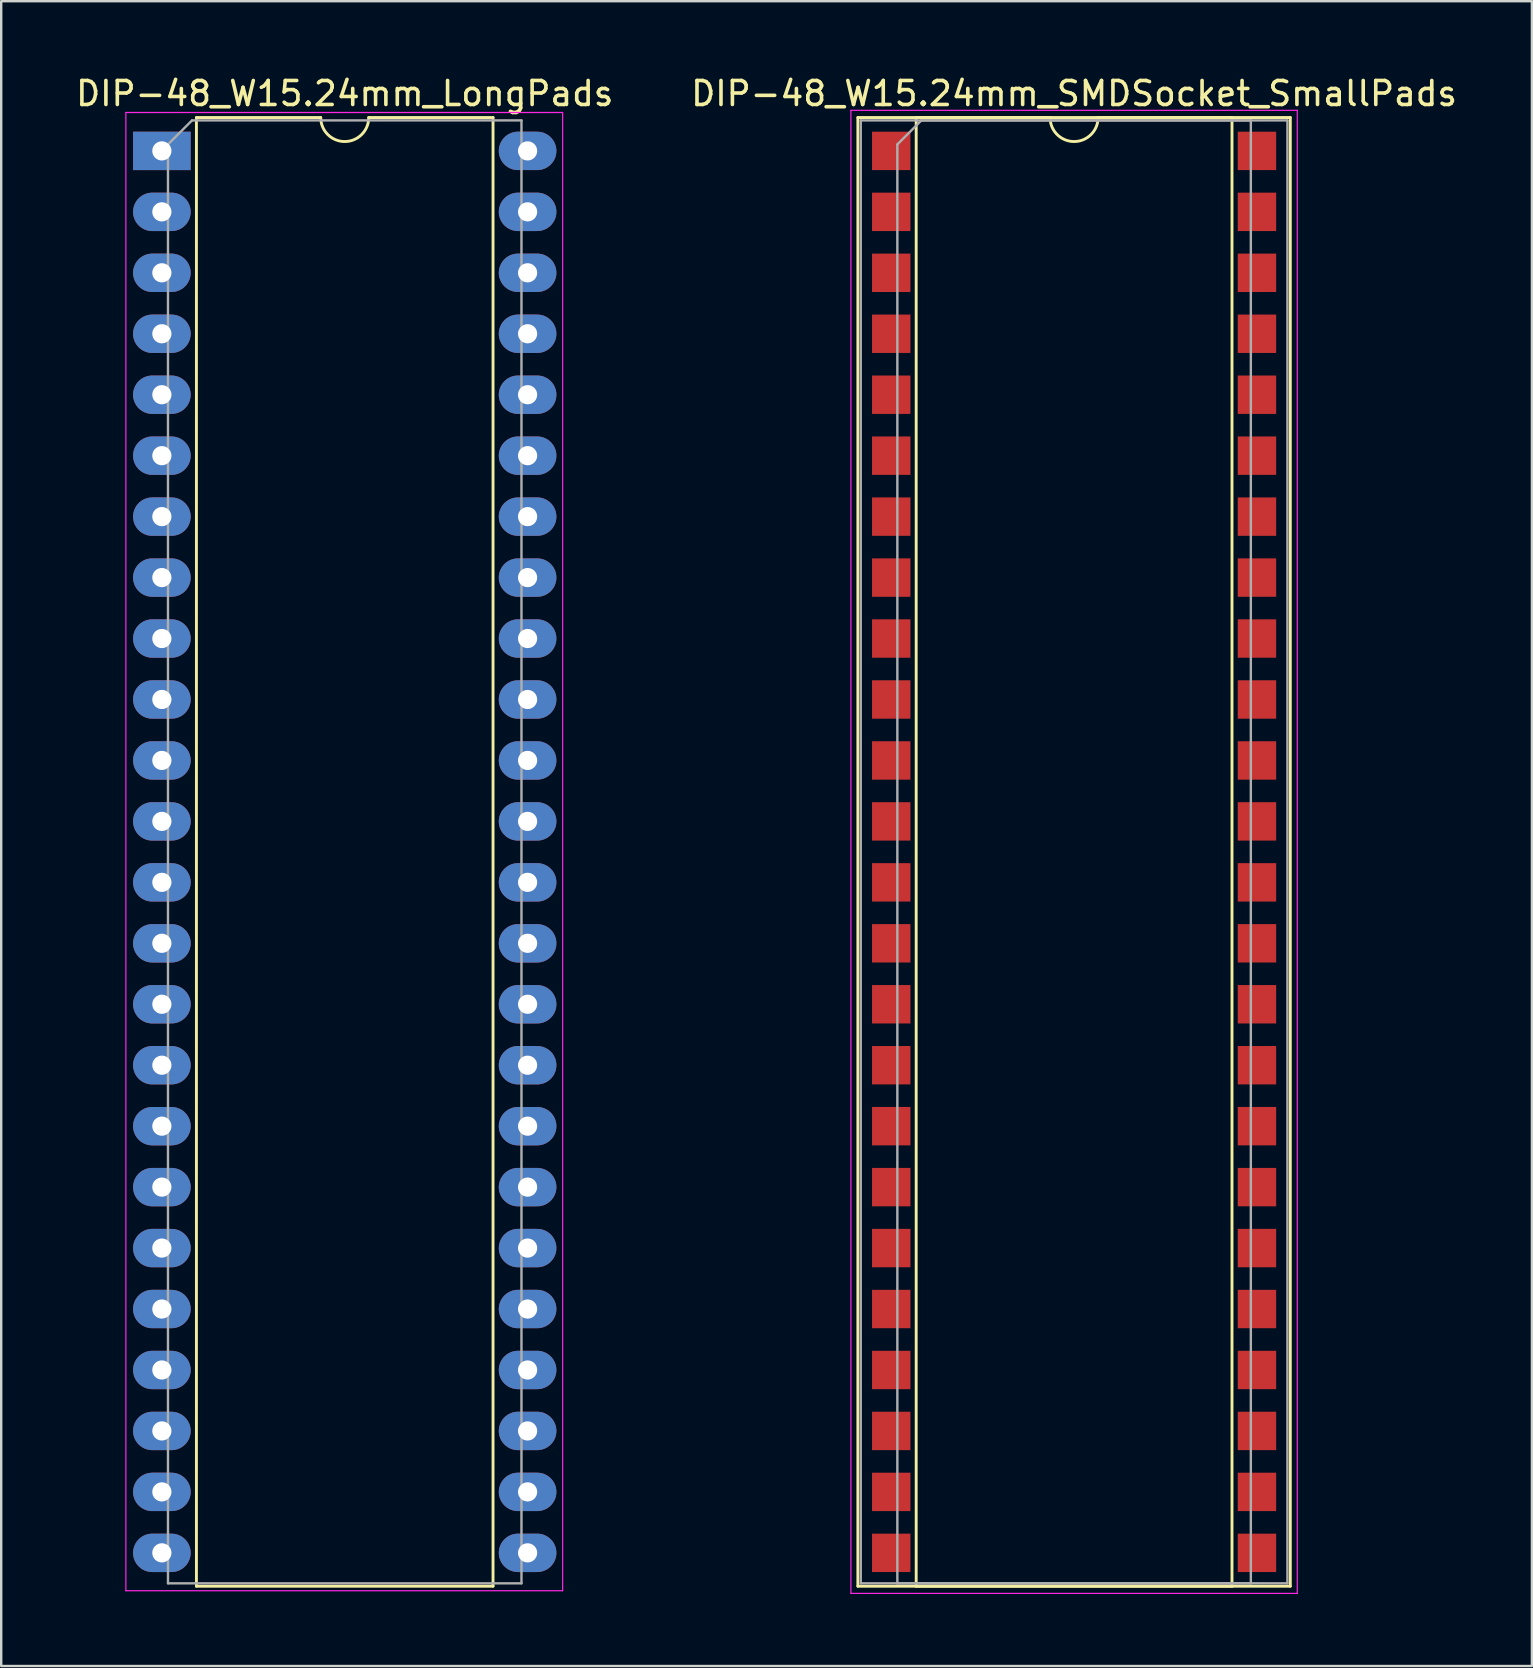
<source format=kicad_pcb>
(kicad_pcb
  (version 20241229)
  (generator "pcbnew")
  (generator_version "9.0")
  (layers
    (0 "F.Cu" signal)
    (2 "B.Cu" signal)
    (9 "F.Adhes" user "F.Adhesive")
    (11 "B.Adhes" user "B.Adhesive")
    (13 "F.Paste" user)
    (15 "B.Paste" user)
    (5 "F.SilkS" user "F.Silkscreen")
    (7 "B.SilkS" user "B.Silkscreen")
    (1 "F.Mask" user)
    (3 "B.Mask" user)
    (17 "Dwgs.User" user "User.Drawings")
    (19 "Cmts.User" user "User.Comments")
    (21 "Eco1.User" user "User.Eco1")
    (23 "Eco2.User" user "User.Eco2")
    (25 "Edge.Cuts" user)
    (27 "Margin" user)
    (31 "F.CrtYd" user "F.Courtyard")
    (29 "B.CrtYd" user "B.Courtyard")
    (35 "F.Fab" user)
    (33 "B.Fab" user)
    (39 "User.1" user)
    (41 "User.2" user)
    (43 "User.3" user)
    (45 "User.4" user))
  (footprint "DIP-48_W15.24mm_SMDSocket_SmallPads"
    (layer "F.Cu")
    (at 41.708 32.448)
    (property "Reference" "DIP-48_W15.24mm_SMDSocket_SmallPads" (at 0 -31.6 0) (layer "F.SilkS") (effects (font (size 1 1) (thickness 0.15))))
    (attr smd)
    (fp_line (start -9.01 -30.6) (end -9.01 30.6) (stroke (width 0.12) (type solid)) (layer "F.SilkS"))
    (fp_line (start -9.01 30.6) (end 9.01 30.6) (stroke (width 0.12) (type solid)) (layer "F.SilkS"))
    (fp_line (start -6.58 -30.6) (end -6.58 30.6) (stroke (width 0.12) (type solid)) (layer "F.SilkS"))
    (fp_line (start -6.58 30.6) (end 6.58 30.6) (stroke (width 0.12) (type solid)) (layer "F.SilkS"))
    (fp_line (start -1 -30.6) (end -6.58 -30.6) (stroke (width 0.12) (type solid)) (layer "F.SilkS"))
    (fp_line (start 6.58 -30.6) (end 1 -30.6) (stroke (width 0.12) (type solid)) (layer "F.SilkS"))
    (fp_line (start 6.58 30.6) (end 6.58 -30.6) (stroke (width 0.12) (type solid)) (layer "F.SilkS"))
    (fp_line (start 9.01 -30.6) (end -9.01 -30.6) (stroke (width 0.12) (type solid)) (layer "F.SilkS"))
    (fp_line (start 9.01 30.6) (end 9.01 -30.6) (stroke (width 0.12) (type solid)) (layer "F.SilkS"))
    (fp_arc (start 1 -30.6) (mid 0 -29.6) (end -1 -30.6) (stroke (width 0.12) (type solid)) (layer "F.SilkS"))
    (fp_line (start -9.3 -30.9) (end -9.3 30.9) (stroke (width 0.05) (type solid)) (layer "F.CrtYd"))
    (fp_line (start -9.3 30.9) (end 9.3 30.9) (stroke (width 0.05) (type solid)) (layer "F.CrtYd"))
    (fp_line (start 9.3 -30.9) (end -9.3 -30.9) (stroke (width 0.05) (type solid)) (layer "F.CrtYd"))
    (fp_line (start 9.3 30.9) (end 9.3 -30.9) (stroke (width 0.05) (type solid)) (layer "F.CrtYd"))
    (fp_line (start -8.89 -30.48) (end -8.89 30.48) (stroke (width 0.1) (type solid)) (layer "F.Fab"))
    (fp_line (start -8.89 30.48) (end 8.89 30.48) (stroke (width 0.1) (type solid)) (layer "F.Fab"))
    (fp_line (start -7.365 -29.48) (end -6.365 -30.48) (stroke (width 0.1) (type solid)) (layer "F.Fab"))
    (fp_line (start -7.365 30.48) (end -7.365 -29.48) (stroke (width 0.1) (type solid)) (layer "F.Fab"))
    (fp_line (start -6.365 -30.48) (end 7.365 -30.48) (stroke (width 0.1) (type solid)) (layer "F.Fab"))
    (fp_line (start 7.365 -30.48) (end 7.365 30.48) (stroke (width 0.1) (type solid)) (layer "F.Fab"))
    (fp_line (start 7.365 30.48) (end -7.365 30.48) (stroke (width 0.1) (type solid)) (layer "F.Fab"))
    (fp_line (start 8.89 -30.48) (end -8.89 -30.48) (stroke (width 0.1) (type solid)) (layer "F.Fab"))
    (fp_line (start 8.89 30.48) (end 8.89 -30.48) (stroke (width 0.1) (type solid)) (layer "F.Fab"))
    (pad "1" smd rect (at -7.62 -29.21) (size 1.6 1.6) (layers "F.Cu" "F.Mask"))
    (pad "2" smd rect (at -7.62 -26.67) (size 1.6 1.6) (layers "F.Cu" "F.Mask"))
    (pad "3" smd rect (at -7.62 -24.13) (size 1.6 1.6) (layers "F.Cu" "F.Mask"))
    (pad "4" smd rect (at -7.62 -21.59) (size 1.6 1.6) (layers "F.Cu" "F.Mask"))
    (pad "5" smd rect (at -7.62 -19.05) (size 1.6 1.6) (layers "F.Cu" "F.Mask"))
    (pad "6" smd rect (at -7.62 -16.51) (size 1.6 1.6) (layers "F.Cu" "F.Mask"))
    (pad "7" smd rect (at -7.62 -13.97) (size 1.6 1.6) (layers "F.Cu" "F.Mask"))
    (pad "8" smd rect (at -7.62 -11.43) (size 1.6 1.6) (layers "F.Cu" "F.Mask"))
    (pad "9" smd rect (at -7.62 -8.89) (size 1.6 1.6) (layers "F.Cu" "F.Mask"))
    (pad "10" smd rect (at -7.62 -6.35) (size 1.6 1.6) (layers "F.Cu" "F.Mask"))
    (pad "11" smd rect (at -7.62 -3.81) (size 1.6 1.6) (layers "F.Cu" "F.Mask"))
    (pad "12" smd rect (at -7.62 -1.27) (size 1.6 1.6) (layers "F.Cu" "F.Mask"))
    (pad "13" smd rect (at -7.62 1.27) (size 1.6 1.6) (layers "F.Cu" "F.Mask"))
    (pad "14" smd rect (at -7.62 3.81) (size 1.6 1.6) (layers "F.Cu" "F.Mask"))
    (pad "15" smd rect (at -7.62 6.35) (size 1.6 1.6) (layers "F.Cu" "F.Mask"))
    (pad "16" smd rect (at -7.62 8.89) (size 1.6 1.6) (layers "F.Cu" "F.Mask"))
    (pad "17" smd rect (at -7.62 11.43) (size 1.6 1.6) (layers "F.Cu" "F.Mask"))
    (pad "18" smd rect (at -7.62 13.97) (size 1.6 1.6) (layers "F.Cu" "F.Mask"))
    (pad "19" smd rect (at -7.62 16.51) (size 1.6 1.6) (layers "F.Cu" "F.Mask"))
    (pad "20" smd rect (at -7.62 19.05) (size 1.6 1.6) (layers "F.Cu" "F.Mask"))
    (pad "21" smd rect (at -7.62 21.59) (size 1.6 1.6) (layers "F.Cu" "F.Mask"))
    (pad "22" smd rect (at -7.62 24.13) (size 1.6 1.6) (layers "F.Cu" "F.Mask"))
    (pad "23" smd rect (at -7.62 26.67) (size 1.6 1.6) (layers "F.Cu" "F.Mask"))
    (pad "24" smd rect (at -7.62 29.21) (size 1.6 1.6) (layers "F.Cu" "F.Mask"))
    (pad "25" smd rect (at 7.62 29.21) (size 1.6 1.6) (layers "F.Cu" "F.Mask"))
    (pad "26" smd rect (at 7.62 26.67) (size 1.6 1.6) (layers "F.Cu" "F.Mask"))
    (pad "27" smd rect (at 7.62 24.13) (size 1.6 1.6) (layers "F.Cu" "F.Mask"))
    (pad "28" smd rect (at 7.62 21.59) (size 1.6 1.6) (layers "F.Cu" "F.Mask"))
    (pad "29" smd rect (at 7.62 19.05) (size 1.6 1.6) (layers "F.Cu" "F.Mask"))
    (pad "30" smd rect (at 7.62 16.51) (size 1.6 1.6) (layers "F.Cu" "F.Mask"))
    (pad "31" smd rect (at 7.62 13.97) (size 1.6 1.6) (layers "F.Cu" "F.Mask"))
    (pad "32" smd rect (at 7.62 11.43) (size 1.6 1.6) (layers "F.Cu" "F.Mask"))
    (pad "33" smd rect (at 7.62 8.89) (size 1.6 1.6) (layers "F.Cu" "F.Mask"))
    (pad "34" smd rect (at 7.62 6.35) (size 1.6 1.6) (layers "F.Cu" "F.Mask"))
    (pad "35" smd rect (at 7.62 3.81) (size 1.6 1.6) (layers "F.Cu" "F.Mask"))
    (pad "36" smd rect (at 7.62 1.27) (size 1.6 1.6) (layers "F.Cu" "F.Mask"))
    (pad "37" smd rect (at 7.62 -1.27) (size 1.6 1.6) (layers "F.Cu" "F.Mask"))
    (pad "38" smd rect (at 7.62 -3.81) (size 1.6 1.6) (layers "F.Cu" "F.Mask"))
    (pad "39" smd rect (at 7.62 -6.35) (size 1.6 1.6) (layers "F.Cu" "F.Mask"))
    (pad "40" smd rect (at 7.62 -8.89) (size 1.6 1.6) (layers "F.Cu" "F.Mask"))
    (pad "41" smd rect (at 7.62 -11.43) (size 1.6 1.6) (layers "F.Cu" "F.Mask"))
    (pad "42" smd rect (at 7.62 -13.97) (size 1.6 1.6) (layers "F.Cu" "F.Mask"))
    (pad "43" smd rect (at 7.62 -16.51) (size 1.6 1.6) (layers "F.Cu" "F.Mask"))
    (pad "44" smd rect (at 7.62 -19.05) (size 1.6 1.6) (layers "F.Cu" "F.Mask"))
    (pad "45" smd rect (at 7.62 -21.59) (size 1.6 1.6) (layers "F.Cu" "F.Mask"))
    (pad "46" smd rect (at 7.62 -24.13) (size 1.6 1.6) (layers "F.Cu" "F.Mask"))
    (pad "47" smd rect (at 7.62 -26.67) (size 1.6 1.6) (layers "F.Cu" "F.Mask"))
    (pad "48" smd rect (at 7.62 -29.21) (size 1.6 1.6) (layers "F.Cu" "F.Mask")))
  (footprint "DIP-48_W15.24mm_LongPads"
    (layer "F.Cu")
    (at 3.695 3.238)
    (property "Reference" "DIP-48_W15.24mm_LongPads" (at 7.62 -2.39 0) (layer "F.SilkS") (effects (font (size 1 1) (thickness 0.15))))
    (attr through_hole)
    (fp_line (start 1.44 -1.39) (end 1.44 59.81) (stroke (width 0.12) (type solid)) (layer "F.SilkS"))
    (fp_line (start 1.44 59.81) (end 13.8 59.81) (stroke (width 0.12) (type solid)) (layer "F.SilkS"))
    (fp_line (start 6.62 -1.39) (end 1.44 -1.39) (stroke (width 0.12) (type solid)) (layer "F.SilkS"))
    (fp_line (start 13.8 -1.39) (end 8.62 -1.39) (stroke (width 0.12) (type solid)) (layer "F.SilkS"))
    (fp_line (start 13.8 59.81) (end 13.8 -1.39) (stroke (width 0.12) (type solid)) (layer "F.SilkS"))
    (fp_arc (start 8.62 -1.39) (mid 7.62 -0.39) (end 6.62 -1.39) (stroke (width 0.12) (type solid)) (layer "F.SilkS"))
    (fp_line (start -1.5 -1.6) (end -1.5 60) (stroke (width 0.05) (type solid)) (layer "F.CrtYd"))
    (fp_line (start -1.5 60) (end 16.7 60) (stroke (width 0.05) (type solid)) (layer "F.CrtYd"))
    (fp_line (start 16.7 -1.6) (end -1.5 -1.6) (stroke (width 0.05) (type solid)) (layer "F.CrtYd"))
    (fp_line (start 16.7 60) (end 16.7 -1.6) (stroke (width 0.05) (type solid)) (layer "F.CrtYd"))
    (fp_line (start 0.255 -0.27) (end 1.255 -1.27) (stroke (width 0.1) (type solid)) (layer "F.Fab"))
    (fp_line (start 0.255 59.69) (end 0.255 -0.27) (stroke (width 0.1) (type solid)) (layer "F.Fab"))
    (fp_line (start 1.255 -1.27) (end 14.985 -1.27) (stroke (width 0.1) (type solid)) (layer "F.Fab"))
    (fp_line (start 14.985 -1.27) (end 14.985 59.69) (stroke (width 0.1) (type solid)) (layer "F.Fab"))
    (fp_line (start 14.985 59.69) (end 0.255 59.69) (stroke (width 0.1) (type solid)) (layer "F.Fab"))
    (pad "1" thru_hole rect (at 0 0) (size 2.4 1.6) (drill 0.8) (layers "*.Cu" "*.Mask"))
    (pad "2" thru_hole oval (at 0 2.54) (size 2.4 1.6) (drill 0.8) (layers "*.Cu" "*.Mask"))
    (pad "3" thru_hole oval (at 0 5.08) (size 2.4 1.6) (drill 0.8) (layers "*.Cu" "*.Mask"))
    (pad "4" thru_hole oval (at 0 7.62) (size 2.4 1.6) (drill 0.8) (layers "*.Cu" "*.Mask"))
    (pad "5" thru_hole oval (at 0 10.16) (size 2.4 1.6) (drill 0.8) (layers "*.Cu" "*.Mask"))
    (pad "6" thru_hole oval (at 0 12.7) (size 2.4 1.6) (drill 0.8) (layers "*.Cu" "*.Mask"))
    (pad "7" thru_hole oval (at 0 15.24) (size 2.4 1.6) (drill 0.8) (layers "*.Cu" "*.Mask"))
    (pad "8" thru_hole oval (at 0 17.78) (size 2.4 1.6) (drill 0.8) (layers "*.Cu" "*.Mask"))
    (pad "9" thru_hole oval (at 0 20.32) (size 2.4 1.6) (drill 0.8) (layers "*.Cu" "*.Mask"))
    (pad "10" thru_hole oval (at 0 22.86) (size 2.4 1.6) (drill 0.8) (layers "*.Cu" "*.Mask"))
    (pad "11" thru_hole oval (at 0 25.4) (size 2.4 1.6) (drill 0.8) (layers "*.Cu" "*.Mask"))
    (pad "12" thru_hole oval (at 0 27.94) (size 2.4 1.6) (drill 0.8) (layers "*.Cu" "*.Mask"))
    (pad "13" thru_hole oval (at 0 30.48) (size 2.4 1.6) (drill 0.8) (layers "*.Cu" "*.Mask"))
    (pad "14" thru_hole oval (at 0 33.02) (size 2.4 1.6) (drill 0.8) (layers "*.Cu" "*.Mask"))
    (pad "15" thru_hole oval (at 0 35.56) (size 2.4 1.6) (drill 0.8) (layers "*.Cu" "*.Mask"))
    (pad "16" thru_hole oval (at 0 38.1) (size 2.4 1.6) (drill 0.8) (layers "*.Cu" "*.Mask"))
    (pad "17" thru_hole oval (at 0 40.64) (size 2.4 1.6) (drill 0.8) (layers "*.Cu" "*.Mask"))
    (pad "18" thru_hole oval (at 0 43.18) (size 2.4 1.6) (drill 0.8) (layers "*.Cu" "*.Mask"))
    (pad "19" thru_hole oval (at 0 45.72) (size 2.4 1.6) (drill 0.8) (layers "*.Cu" "*.Mask"))
    (pad "20" thru_hole oval (at 0 48.26) (size 2.4 1.6) (drill 0.8) (layers "*.Cu" "*.Mask"))
    (pad "21" thru_hole oval (at 0 50.8) (size 2.4 1.6) (drill 0.8) (layers "*.Cu" "*.Mask"))
    (pad "22" thru_hole oval (at 0 53.34) (size 2.4 1.6) (drill 0.8) (layers "*.Cu" "*.Mask"))
    (pad "23" thru_hole oval (at 0 55.88) (size 2.4 1.6) (drill 0.8) (layers "*.Cu" "*.Mask"))
    (pad "24" thru_hole oval (at 0 58.42) (size 2.4 1.6) (drill 0.8) (layers "*.Cu" "*.Mask"))
    (pad "25" thru_hole oval (at 15.24 58.42) (size 2.4 1.6) (drill 0.8) (layers "*.Cu" "*.Mask"))
    (pad "26" thru_hole oval (at 15.24 55.88) (size 2.4 1.6) (drill 0.8) (layers "*.Cu" "*.Mask"))
    (pad "27" thru_hole oval (at 15.24 53.34) (size 2.4 1.6) (drill 0.8) (layers "*.Cu" "*.Mask"))
    (pad "28" thru_hole oval (at 15.24 50.8) (size 2.4 1.6) (drill 0.8) (layers "*.Cu" "*.Mask"))
    (pad "29" thru_hole oval (at 15.24 48.26) (size 2.4 1.6) (drill 0.8) (layers "*.Cu" "*.Mask"))
    (pad "30" thru_hole oval (at 15.24 45.72) (size 2.4 1.6) (drill 0.8) (layers "*.Cu" "*.Mask"))
    (pad "31" thru_hole oval (at 15.24 43.18) (size 2.4 1.6) (drill 0.8) (layers "*.Cu" "*.Mask"))
    (pad "32" thru_hole oval (at 15.24 40.64) (size 2.4 1.6) (drill 0.8) (layers "*.Cu" "*.Mask"))
    (pad "33" thru_hole oval (at 15.24 38.1) (size 2.4 1.6) (drill 0.8) (layers "*.Cu" "*.Mask"))
    (pad "34" thru_hole oval (at 15.24 35.56) (size 2.4 1.6) (drill 0.8) (layers "*.Cu" "*.Mask"))
    (pad "35" thru_hole oval (at 15.24 33.02) (size 2.4 1.6) (drill 0.8) (layers "*.Cu" "*.Mask"))
    (pad "36" thru_hole oval (at 15.24 30.48) (size 2.4 1.6) (drill 0.8) (layers "*.Cu" "*.Mask"))
    (pad "37" thru_hole oval (at 15.24 27.94) (size 2.4 1.6) (drill 0.8) (layers "*.Cu" "*.Mask"))
    (pad "38" thru_hole oval (at 15.24 25.4) (size 2.4 1.6) (drill 0.8) (layers "*.Cu" "*.Mask"))
    (pad "39" thru_hole oval (at 15.24 22.86) (size 2.4 1.6) (drill 0.8) (layers "*.Cu" "*.Mask"))
    (pad "40" thru_hole oval (at 15.24 20.32) (size 2.4 1.6) (drill 0.8) (layers "*.Cu" "*.Mask"))
    (pad "41" thru_hole oval (at 15.24 17.78) (size 2.4 1.6) (drill 0.8) (layers "*.Cu" "*.Mask"))
    (pad "42" thru_hole oval (at 15.24 15.24) (size 2.4 1.6) (drill 0.8) (layers "*.Cu" "*.Mask"))
    (pad "43" thru_hole oval (at 15.24 12.7) (size 2.4 1.6) (drill 0.8) (layers "*.Cu" "*.Mask"))
    (pad "44" thru_hole oval (at 15.24 10.16) (size 2.4 1.6) (drill 0.8) (layers "*.Cu" "*.Mask"))
    (pad "45" thru_hole oval (at 15.24 7.62) (size 2.4 1.6) (drill 0.8) (layers "*.Cu" "*.Mask"))
    (pad "46" thru_hole oval (at 15.24 5.08) (size 2.4 1.6) (drill 0.8) (layers "*.Cu" "*.Mask"))
    (pad "47" thru_hole oval (at 15.24 2.54) (size 2.4 1.6) (drill 0.8) (layers "*.Cu" "*.Mask"))
    (pad "48" thru_hole oval (at 15.24 0) (size 2.4 1.6) (drill 0.8) (layers "*.Cu" "*.Mask")))
  (gr_rect
    (start -3 -3)
    (end 60.786 66.373)
    (stroke (width 0.1) (type default))
    (fill no)
    (layer "Edge.Cuts")))
</source>
